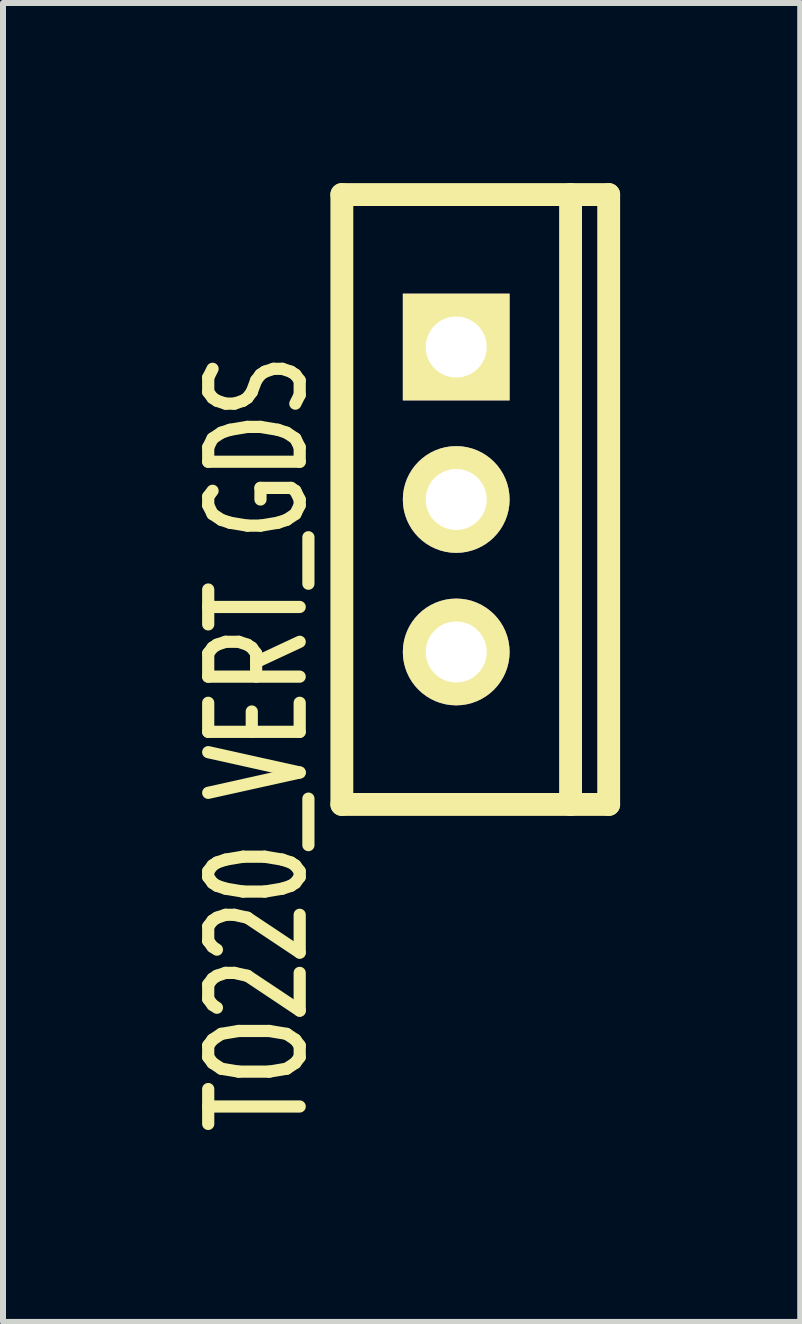
<source format=kicad_pcb>
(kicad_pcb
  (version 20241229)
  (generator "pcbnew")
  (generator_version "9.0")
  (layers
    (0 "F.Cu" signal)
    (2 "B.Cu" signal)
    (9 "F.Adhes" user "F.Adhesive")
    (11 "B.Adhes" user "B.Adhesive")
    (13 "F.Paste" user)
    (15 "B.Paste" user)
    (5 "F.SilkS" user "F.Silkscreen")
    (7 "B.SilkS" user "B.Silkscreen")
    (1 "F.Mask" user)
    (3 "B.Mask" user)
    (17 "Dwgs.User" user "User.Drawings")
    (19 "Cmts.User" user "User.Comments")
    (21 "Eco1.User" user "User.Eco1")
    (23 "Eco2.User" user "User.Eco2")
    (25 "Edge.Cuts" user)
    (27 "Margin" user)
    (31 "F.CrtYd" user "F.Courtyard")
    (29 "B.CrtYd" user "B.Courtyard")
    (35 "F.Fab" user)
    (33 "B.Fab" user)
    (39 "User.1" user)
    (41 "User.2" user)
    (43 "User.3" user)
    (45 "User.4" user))
  (footprint "TO220_VERT_GDS"
    (layer "F.Cu")
    (at 4.55 5.271)
    (property "Reference" "TO220_VERT_GDS" (at -3.302 4.064 90) (layer "F.SilkS") (effects (font (size 1.524 1.016) (thickness 0.203))))
    (attr through_hole)
    (fp_line (start -1.905 -5.08) (end 1.905 -5.08) (stroke (width 0.381) (type solid)) (layer "F.SilkS"))
    (fp_line (start -1.905 5.08) (end -1.905 -5.08) (stroke (width 0.381) (type solid)) (layer "F.SilkS"))
    (fp_line (start 1.905 -5.08) (end 1.905 5.08) (stroke (width 0.381) (type solid)) (layer "F.SilkS"))
    (fp_line (start 1.905 -5.08) (end 2.54 -5.08) (stroke (width 0.381) (type solid)) (layer "F.SilkS"))
    (fp_line (start 1.905 5.08) (end -1.905 5.08) (stroke (width 0.381) (type solid)) (layer "F.SilkS"))
    (fp_line (start 2.54 -5.08) (end 2.54 5.08) (stroke (width 0.381) (type solid)) (layer "F.SilkS"))
    (fp_line (start 2.54 5.08) (end 1.905 5.08) (stroke (width 0.381) (type solid)) (layer "F.SilkS"))
    (pad "1" thru_hole rect (at 0 -2.54) (size 1.778 1.778) (drill 1.016) (layers "*.Cu" "*.Mask" "F.SilkS"))
    (pad "2" thru_hole circle (at 0 0) (size 1.778 1.778) (drill 1.016) (layers "*.Cu" "*.Mask" "F.SilkS"))
    (pad "3" thru_hole circle (at 0 2.54) (size 1.778 1.778) (drill 1.016) (layers "*.Cu" "*.Mask" "F.SilkS")))
  (gr_rect
    (start -3 -3)
    (end 10.281 18.972)
    (stroke (width 0.1) (type default))
    (fill no)
    (layer "Edge.Cuts")))
</source>
